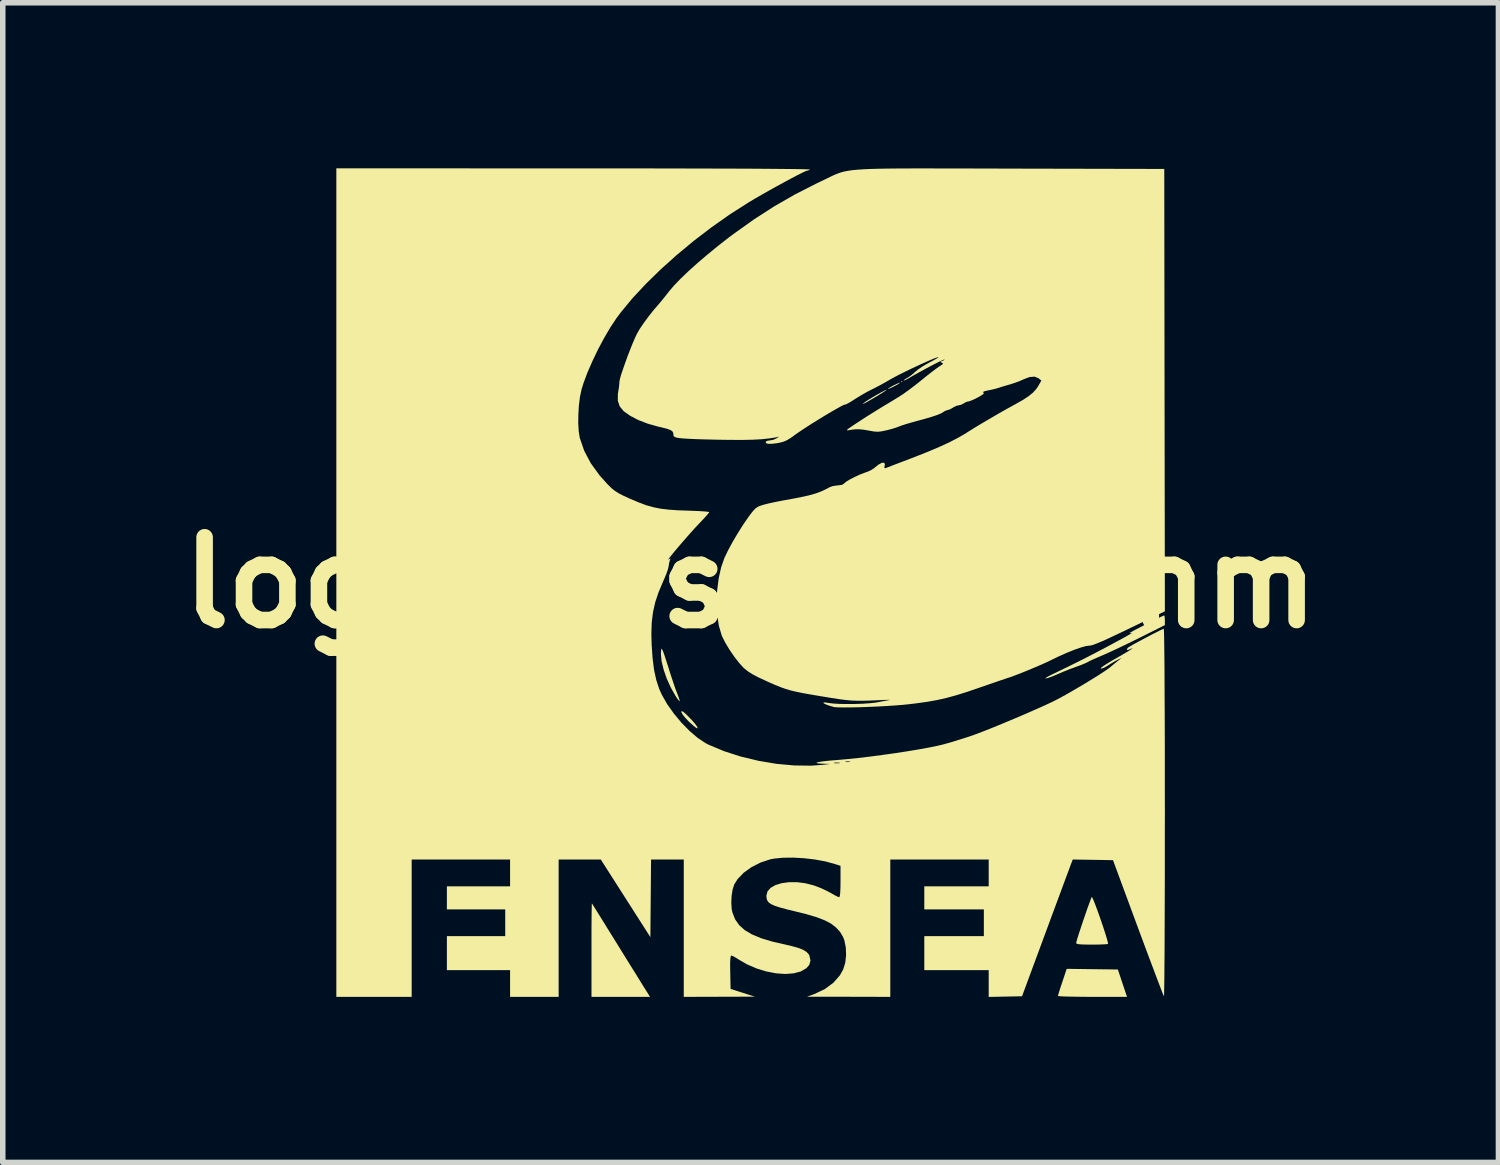
<source format=kicad_pcb>
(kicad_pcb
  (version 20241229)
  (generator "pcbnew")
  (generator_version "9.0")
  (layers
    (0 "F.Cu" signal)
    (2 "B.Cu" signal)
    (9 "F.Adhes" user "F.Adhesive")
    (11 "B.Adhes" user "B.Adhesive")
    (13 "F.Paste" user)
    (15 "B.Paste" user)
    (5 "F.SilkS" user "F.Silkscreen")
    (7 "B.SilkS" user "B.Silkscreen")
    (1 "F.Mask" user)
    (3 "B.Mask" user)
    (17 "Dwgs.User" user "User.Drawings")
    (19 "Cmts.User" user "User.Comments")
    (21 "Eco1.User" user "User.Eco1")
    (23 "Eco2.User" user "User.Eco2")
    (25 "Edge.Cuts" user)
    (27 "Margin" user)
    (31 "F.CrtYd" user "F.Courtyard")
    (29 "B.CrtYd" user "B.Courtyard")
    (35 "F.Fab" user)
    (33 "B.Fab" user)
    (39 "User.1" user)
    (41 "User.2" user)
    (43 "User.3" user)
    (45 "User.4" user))
  (footprint "logo_ensea_15mm"
    (layer "F.Cu")
    (at 10.55 7.506)
    (property "Reference" "logo_ensea_15mm" (at 0 0 0) (layer "F.SilkS") (effects (font (size 1.5 1.5) (thickness 0.3))))
    (attr board_only exclude_from_pos_files exclude_from_bom)
    (fp_poly (pts (xy 2.751 -3.643) (xy 2.74 -3.632) (xy 2.729 -3.643) (xy 2.74 -3.654)) (stroke (width 0) (type solid)) (fill yes) (layer "F.SilkS"))
    (fp_poly (pts (xy 2.689 -3.606) (xy 2.643 -3.579) (xy 2.597 -3.555) (xy 2.538 -3.526) (xy 2.498 -3.511) (xy 2.487 -3.51) (xy 2.505 -3.525) (xy 2.551 -3.552) (xy 2.597 -3.577) (xy 2.657 -3.605) (xy 2.697 -3.621) (xy 2.707 -3.621)) (stroke (width 0) (type solid)) (fill yes) (layer "F.SilkS"))
    (fp_poly (pts (xy -1.224 2.338) (xy -1.179 2.376) (xy -1.143 2.411) (xy -1.064 2.492) (xy -1.005 2.559) (xy -0.969 2.61) (xy -0.96 2.637) (xy -0.968 2.641) (xy -0.994 2.627) (xy -1.042 2.588) (xy -1.103 2.533) (xy -1.123 2.514) (xy -1.184 2.45) (xy -1.23 2.392) (xy -1.253 2.351) (xy -1.255 2.344) (xy -1.248 2.328)) (stroke (width 0) (type solid)) (fill yes) (layer "F.SilkS"))
    (fp_poly (pts (xy 6.19 7.004) (xy 6.654 7.01) (xy 6.737 7.258) (xy 6.82 7.506) (xy 6.194 7.506) (xy 6.033 7.505) (xy 5.888 7.503) (xy 5.763 7.501) (xy 5.665 7.498) (xy 5.598 7.494) (xy 5.569 7.49) (xy 5.569 7.489) (xy 5.575 7.463) (xy 5.593 7.404) (xy 5.619 7.321) (xy 5.648 7.236) (xy 5.727 6.998)) (stroke (width 0) (type solid)) (fill yes) (layer "F.SilkS"))
    (fp_poly (pts (xy 2.448 -3.478) (xy 2.401 -3.447) (xy 2.334 -3.406) (xy 2.257 -3.359) (xy 2.179 -3.314) (xy 2.11 -3.274) (xy 2.057 -3.246) (xy 2.032 -3.236) (xy 2.032 -3.236) (xy 2.039 -3.246) (xy 2.074 -3.273) (xy 2.115 -3.3) (xy 2.2 -3.352) (xy 2.285 -3.402) (xy 2.362 -3.445) (xy 2.423 -3.477) (xy 2.459 -3.493) (xy 2.465 -3.493)) (stroke (width 0) (type solid)) (fill yes) (layer "F.SilkS"))
    (fp_poly (pts (xy -1.597 1.221) (xy -1.592 1.233) (xy -1.576 1.273) (xy -1.551 1.347) (xy -1.52 1.443) (xy -1.484 1.553) (xy -1.475 1.585) (xy -1.436 1.706) (xy -1.396 1.825) (xy -1.361 1.928) (xy -1.332 2.004) (xy -1.329 2.012) (xy -1.303 2.08) (xy -1.287 2.13) (xy -1.285 2.151) (xy -1.3 2.138) (xy -1.331 2.098) (xy -1.36 2.053) (xy -1.446 1.902) (xy -1.519 1.741) (xy -1.575 1.58) (xy -1.612 1.429) (xy -1.625 1.299) (xy -1.624 1.256) (xy -1.618 1.206) (xy -1.611 1.196)) (stroke (width 0) (type solid)) (fill yes) (layer "F.SilkS"))
    (fp_poly (pts (xy -2.862 5.833) (xy -2.829 5.886) (xy -2.777 5.969) (xy -2.709 6.078) (xy -2.628 6.209) (xy -2.536 6.358) (xy -2.435 6.52) (xy -2.377 6.614) (xy -2.271 6.785) (xy -2.172 6.945) (xy -2.081 7.09) (xy -2.002 7.218) (xy -1.938 7.322) (xy -1.889 7.399) (xy -1.86 7.446) (xy -1.854 7.456) (xy -1.822 7.506) (xy -2.353 7.506) (xy -2.883 7.506) (xy -2.883 6.654) (xy -2.883 6.466) (xy -2.883 6.293) (xy -2.882 6.139) (xy -2.881 6.01) (xy -2.879 5.909) (xy -2.878 5.842) (xy -2.876 5.813) (xy -2.875 5.813)) (stroke (width 0) (type solid)) (fill yes) (layer "F.SilkS"))
    (fp_poly (pts (xy 6.193 5.711) (xy 6.216 5.762) (xy 6.248 5.843) (xy 6.287 5.948) (xy 6.331 6.071) (xy 6.343 6.107) (xy 6.387 6.236) (xy 6.424 6.35) (xy 6.453 6.444) (xy 6.471 6.511) (xy 6.477 6.544) (xy 6.477 6.546) (xy 6.451 6.551) (xy 6.39 6.555) (xy 6.302 6.558) (xy 6.197 6.559) (xy 6.181 6.559) (xy 6.061 6.558) (xy 5.98 6.555) (xy 5.929 6.549) (xy 5.904 6.54) (xy 5.899 6.528) (xy 5.906 6.498) (xy 5.924 6.435) (xy 5.952 6.347) (xy 5.987 6.242) (xy 6.025 6.127) (xy 6.065 6.012) (xy 6.102 5.904) (xy 6.136 5.811) (xy 6.162 5.741) (xy 6.178 5.701) (xy 6.182 5.696)) (stroke (width 0) (type solid)) (fill yes) (layer "F.SilkS"))
    (fp_poly (pts (xy 7.501 0.614) (xy 7.505 0.663) (xy 7.506 0.682) (xy 7.506 0.77) (xy 7.045 1.001) (xy 6.899 1.073) (xy 6.751 1.145) (xy 6.611 1.211) (xy 6.488 1.268) (xy 6.392 1.311) (xy 6.368 1.321) (xy 6.274 1.361) (xy 6.191 1.398) (xy 6.131 1.427) (xy 6.108 1.44) (xy 6.067 1.46) (xy 5.997 1.489) (xy 5.913 1.52) (xy 5.893 1.527) (xy 5.782 1.568) (xy 5.66 1.617) (xy 5.554 1.663) (xy 5.472 1.698) (xy 5.406 1.722) (xy 5.361 1.735) (xy 5.342 1.735) (xy 5.353 1.722) (xy 5.399 1.696) (xy 5.426 1.682) (xy 5.483 1.654) (xy 5.571 1.611) (xy 5.679 1.559) (xy 5.798 1.501) (xy 5.866 1.467) (xy 5.963 1.419) (xy 6.075 1.362) (xy 6.198 1.299) (xy 6.325 1.232) (xy 6.451 1.166) (xy 6.572 1.101) (xy 6.683 1.041) (xy 6.777 0.99) (xy 6.849 0.949) (xy 6.896 0.921) (xy 6.91 0.91) (xy 6.906 0.911) (xy 6.874 0.916) (xy 6.867 0.913) (xy 6.886 0.901) (xy 6.935 0.873) (xy 7.009 0.834) (xy 7.097 0.789) (xy 7.193 0.74) (xy 7.287 0.692) (xy 7.373 0.65) (xy 7.441 0.617) (xy 7.484 0.598) (xy 7.494 0.594)) (stroke (width 0) (type solid)) (fill yes) (layer "F.SilkS"))
    (fp_poly (pts (xy 3.381 -7.504) (xy 3.693 -7.504) (xy 4.043 -7.503) (xy 4.433 -7.502) (xy 4.721 -7.501) (xy 7.495 -7.495) (xy 7.5 -3.487) (xy 7.506 0.52) (xy 6.86 0.832) (xy 6.664 0.926) (xy 6.505 1.001) (xy 6.378 1.059) (xy 6.28 1.1) (xy 6.209 1.127) (xy 6.161 1.14) (xy 6.139 1.142) (xy 6.075 1.15) (xy 5.98 1.177) (xy 5.86 1.219) (xy 5.724 1.274) (xy 5.578 1.339) (xy 5.469 1.392) (xy 5.361 1.444) (xy 5.228 1.503) (xy 5.082 1.565) (xy 4.936 1.625) (xy 4.8 1.678) (xy 4.688 1.719) (xy 4.655 1.729) (xy 4.608 1.745) (xy 4.527 1.772) (xy 4.42 1.809) (xy 4.294 1.852) (xy 4.158 1.899) (xy 4.122 1.912) (xy 3.907 1.985) (xy 3.72 2.043) (xy 3.55 2.089) (xy 3.384 2.127) (xy 3.212 2.158) (xy 3.02 2.185) (xy 2.873 2.203) (xy 2.757 2.215) (xy 2.619 2.226) (xy 2.465 2.236) (xy 2.302 2.245) (xy 2.137 2.252) (xy 1.978 2.258) (xy 1.83 2.261) (xy 1.701 2.262) (xy 1.599 2.261) (xy 1.529 2.257) (xy 1.508 2.254) (xy 1.42 2.228) (xy 1.357 2.204) (xy 1.322 2.185) (xy 1.319 2.173) (xy 1.35 2.171) (xy 1.414 2.181) (xy 1.498 2.191) (xy 1.614 2.198) (xy 1.751 2.2) (xy 1.896 2.199) (xy 2.039 2.194) (xy 2.167 2.185) (xy 2.268 2.174) (xy 2.296 2.169) (xy 2.384 2.152) (xy 2.465 2.137) (xy 2.52 2.127) (xy 2.52 2.127) (xy 2.524 2.125) (xy 2.489 2.124) (xy 2.422 2.126) (xy 2.328 2.13) (xy 2.278 2.132) (xy 2.137 2.138) (xy 2.019 2.141) (xy 1.916 2.14) (xy 1.818 2.136) (xy 1.714 2.126) (xy 1.597 2.111) (xy 1.456 2.089) (xy 1.282 2.06) (xy 1.267 2.058) (xy 1.086 2.027) (xy 0.939 2.001) (xy 0.82 1.976) (xy 0.718 1.952) (xy 0.627 1.924) (xy 0.537 1.892) (xy 0.441 1.853) (xy 0.329 1.804) (xy 0.277 1.78) (xy 0.139 1.716) (xy 0.035 1.661) (xy -0.046 1.61) (xy -0.111 1.558) (xy -0.13 1.541) (xy -0.209 1.454) (xy -0.297 1.341) (xy -0.383 1.215) (xy -0.458 1.09) (xy -0.514 0.98) (xy -0.524 0.956) (xy -0.574 0.786) (xy -0.605 0.587) (xy -0.615 0.371) (xy -0.607 0.148) (xy -0.579 -0.072) (xy -0.534 -0.277) (xy -0.474 -0.448) (xy -0.41 -0.581) (xy -0.327 -0.735) (xy -0.231 -0.898) (xy -0.131 -1.056) (xy -0.034 -1.196) (xy -0.011 -1.227) (xy 0.046 -1.3) (xy 0.091 -1.347) (xy 0.137 -1.377) (xy 0.197 -1.399) (xy 0.242 -1.413) (xy 0.325 -1.434) (xy 0.435 -1.458) (xy 0.555 -1.482) (xy 0.638 -1.497) (xy 0.83 -1.532) (xy 0.985 -1.564) (xy 1.111 -1.595) (xy 1.216 -1.628) (xy 1.308 -1.665) (xy 1.393 -1.707) (xy 1.431 -1.728) (xy 1.489 -1.749) (xy 1.562 -1.76) (xy 1.578 -1.761) (xy 1.656 -1.771) (xy 1.699 -1.8) (xy 1.735 -1.831) (xy 1.802 -1.871) (xy 1.887 -1.915) (xy 1.981 -1.958) (xy 2.072 -1.993) (xy 2.102 -2.003) (xy 2.174 -2.033) (xy 2.237 -2.073) (xy 2.245 -2.08) (xy 2.319 -2.139) (xy 2.378 -2.17) (xy 2.417 -2.173) (xy 2.433 -2.147) (xy 2.429 -2.12) (xy 2.423 -2.08) (xy 2.437 -2.072) (xy 2.456 -2.078) (xy 2.489 -2.091) (xy 2.556 -2.117) (xy 2.65 -2.153) (xy 2.764 -2.196) (xy 2.891 -2.245) (xy 2.905 -2.25) (xy 3.173 -2.355) (xy 3.402 -2.451) (xy 3.597 -2.54) (xy 3.761 -2.625) (xy 3.901 -2.706) (xy 3.921 -2.72) (xy 4.031 -2.789) (xy 4.169 -2.873) (xy 4.326 -2.965) (xy 4.49 -3.061) (xy 4.651 -3.152) (xy 4.798 -3.233) (xy 4.936 -3.311) (xy 5.039 -3.379) (xy 5.116 -3.442) (xy 5.174 -3.506) (xy 5.211 -3.561) (xy 5.268 -3.66) (xy 5.216 -3.703) (xy 5.145 -3.732) (xy 5.052 -3.724) (xy 4.937 -3.68) (xy 4.93 -3.676) (xy 4.866 -3.648) (xy 4.781 -3.617) (xy 4.721 -3.598) (xy 4.633 -3.572) (xy 4.546 -3.546) (xy 4.501 -3.531) (xy 4.418 -3.507) (xy 4.333 -3.488) (xy 4.325 -3.487) (xy 4.25 -3.471) (xy 4.215 -3.457) (xy 4.216 -3.441) (xy 4.226 -3.434) (xy 4.219 -3.419) (xy 4.182 -3.392) (xy 4.126 -3.36) (xy 4.062 -3.327) (xy 3.999 -3.299) (xy 3.949 -3.282) (xy 3.931 -3.28) (xy 3.894 -3.267) (xy 3.862 -3.247) (xy 3.809 -3.221) (xy 3.775 -3.214) (xy 3.727 -3.202) (xy 3.669 -3.173) (xy 3.665 -3.169) (xy 3.612 -3.14) (xy 3.571 -3.126) (xy 3.567 -3.126) (xy 3.525 -3.112) (xy 3.501 -3.096) (xy 3.457 -3.069) (xy 3.384 -3.038) (xy 3.279 -3.003) (xy 3.136 -2.961) (xy 3.012 -2.928) (xy 2.905 -2.898) (xy 2.809 -2.87) (xy 2.733 -2.845) (xy 2.693 -2.83) (xy 2.64 -2.81) (xy 2.561 -2.785) (xy 2.472 -2.762) (xy 2.468 -2.761) (xy 2.374 -2.741) (xy 2.303 -2.733) (xy 2.235 -2.738) (xy 2.171 -2.749) (xy 2.053 -2.77) (xy 1.96 -2.779) (xy 1.875 -2.776) (xy 1.805 -2.766) (xy 1.765 -2.759) (xy 1.746 -2.76) (xy 1.749 -2.77) (xy 1.78 -2.795) (xy 1.84 -2.836) (xy 1.933 -2.898) (xy 1.937 -2.9) (xy 2.025 -2.958) (xy 2.107 -3.011) (xy 2.192 -3.064) (xy 2.285 -3.122) (xy 2.395 -3.19) (xy 2.529 -3.27) (xy 2.685 -3.365) (xy 2.766 -3.418) (xy 2.868 -3.491) (xy 2.978 -3.574) (xy 3.084 -3.658) (xy 3.092 -3.665) (xy 3.188 -3.743) (xy 3.279 -3.814) (xy 3.357 -3.873) (xy 3.412 -3.912) (xy 3.421 -3.918) (xy 3.471 -3.95) (xy 3.486 -3.969) (xy 3.472 -3.982) (xy 3.465 -3.985) (xy 3.438 -3.997) (xy 3.449 -4.007) (xy 3.474 -4.016) (xy 3.508 -4.032) (xy 3.513 -4.044) (xy 3.492 -4.037) (xy 3.438 -4.013) (xy 3.361 -3.974) (xy 3.265 -3.925) (xy 3.16 -3.869) (xy 3.051 -3.809) (xy 2.945 -3.75) (xy 2.856 -3.698) (xy 2.806 -3.671) (xy 2.777 -3.66) (xy 2.773 -3.662) (xy 2.791 -3.68) (xy 2.833 -3.706) (xy 2.839 -3.709) (xy 2.896 -3.746) (xy 2.96 -3.799) (xy 2.978 -3.816) (xy 3.032 -3.86) (xy 3.111 -3.914) (xy 3.202 -3.967) (xy 3.232 -3.984) (xy 3.31 -4.025) (xy 3.369 -4.059) (xy 3.402 -4.08) (xy 3.406 -4.085) (xy 3.382 -4.081) (xy 3.325 -4.061) (xy 3.243 -4.027) (xy 3.143 -3.983) (xy 3.03 -3.931) (xy 2.912 -3.876) (xy 2.797 -3.82) (xy 2.69 -3.767) (xy 2.599 -3.719) (xy 2.543 -3.688) (xy 2.439 -3.628) (xy 2.333 -3.57) (xy 2.24 -3.521) (xy 2.191 -3.497) (xy 2.107 -3.454) (xy 2.007 -3.397) (xy 1.909 -3.337) (xy 1.893 -3.327) (xy 1.818 -3.279) (xy 1.758 -3.245) (xy 1.72 -3.227) (xy 1.713 -3.227) (xy 1.689 -3.22) (xy 1.634 -3.192) (xy 1.555 -3.148) (xy 1.457 -3.092) (xy 1.347 -3.027) (xy 1.232 -2.956) (xy 1.117 -2.885) (xy 1.008 -2.815) (xy 0.912 -2.752) (xy 0.835 -2.699) (xy 0.818 -2.687) (xy 0.728 -2.622) (xy 0.658 -2.58) (xy 0.596 -2.553) (xy 0.527 -2.535) (xy 0.488 -2.527) (xy 0.387 -2.515) (xy 0.315 -2.515) (xy 0.276 -2.528) (xy 0.275 -2.553) (xy 0.305 -2.57) (xy 0.348 -2.576) (xy 0.412 -2.588) (xy 0.462 -2.61) (xy 0.517 -2.644) (xy 0.461 -2.632) (xy 0.343 -2.613) (xy 0.204 -2.598) (xy 0.039 -2.589) (xy -0.156 -2.585) (xy -0.386 -2.586) (xy -0.594 -2.589) (xy -0.804 -2.594) (xy -0.974 -2.599) (xy -1.108 -2.605) (xy -1.211 -2.611) (xy -1.286 -2.618) (xy -1.338 -2.626) (xy -1.371 -2.637) (xy -1.39 -2.651) (xy -1.397 -2.667) (xy -1.398 -2.68) (xy -1.403 -2.716) (xy -1.42 -2.743) (xy -1.457 -2.767) (xy -1.519 -2.789) (xy -1.615 -2.813) (xy -1.677 -2.827) (xy -1.862 -2.879) (xy -2.034 -2.945) (xy -2.183 -3.023) (xy -2.299 -3.105) (xy -2.371 -3.192) (xy -2.406 -3.296) (xy -2.405 -3.421) (xy -2.399 -3.456) (xy -2.386 -3.537) (xy -2.378 -3.614) (xy -2.377 -3.643) (xy -2.369 -3.686) (xy -2.347 -3.763) (xy -2.314 -3.863) (xy -2.273 -3.98) (xy -2.228 -4.105) (xy -2.18 -4.229) (xy -2.133 -4.345) (xy -2.09 -4.444) (xy -2.06 -4.508) (xy -2.008 -4.598) (xy -1.933 -4.708) (xy -1.844 -4.829) (xy -1.748 -4.949) (xy -1.686 -5.02) (xy -1.629 -5.087) (xy -1.559 -5.173) (xy -1.489 -5.262) (xy -1.475 -5.28) (xy -1.388 -5.382) (xy -1.27 -5.505) (xy -1.126 -5.643) (xy -0.96 -5.792) (xy -0.778 -5.947) (xy -0.585 -6.105) (xy -0.386 -6.26) (xy -0.3 -6.324) (xy 0.067 -6.585) (xy 0.429 -6.818) (xy 0.8 -7.031) (xy 1.196 -7.233) (xy 1.332 -7.298) (xy 1.394 -7.328) (xy 1.45 -7.355) (xy 1.5 -7.379) (xy 1.549 -7.4) (xy 1.598 -7.419) (xy 1.649 -7.436) (xy 1.706 -7.45) (xy 1.77 -7.462) (xy 1.845 -7.473) (xy 1.932 -7.481) (xy 2.034 -7.488) (xy 2.154 -7.494) (xy 2.294 -7.498) (xy 2.456 -7.501) (xy 2.644 -7.503) (xy 2.859 -7.504) (xy 3.104 -7.505)) (stroke (width 0) (type solid)) (fill yes) (layer "F.SilkS"))
    (fp_poly (pts (xy -3.197 -7.505) (xy -2.636 -7.505) (xy -2.112 -7.505) (xy -1.626 -7.504) (xy -1.178 -7.503) (xy -0.77 -7.502) (xy -0.401 -7.501) (xy -0.071 -7.5) (xy 0.218 -7.498) (xy 0.466 -7.496) (xy 0.673 -7.494) (xy 0.838 -7.492) (xy 0.96 -7.49) (xy 1.04 -7.487) (xy 1.076 -7.485) (xy 1.079 -7.484) (xy 1.035 -7.465) (xy 1.018 -7.462) (xy 0.988 -7.451) (xy 0.927 -7.422) (xy 0.838 -7.377) (xy 0.73 -7.32) (xy 0.606 -7.253) (xy 0.474 -7.181) (xy 0.339 -7.106) (xy 0.207 -7.031) (xy 0.083 -6.96) (xy -0.026 -6.895) (xy -0.055 -6.877) (xy -0.383 -6.667) (xy -0.709 -6.437) (xy -1.03 -6.192) (xy -1.338 -5.936) (xy -1.629 -5.675) (xy -1.897 -5.413) (xy -2.138 -5.155) (xy -2.345 -4.905) (xy -2.429 -4.793) (xy -2.54 -4.626) (xy -2.653 -4.434) (xy -2.764 -4.226) (xy -2.866 -4.013) (xy -2.956 -3.807) (xy -3.027 -3.617) (xy -3.062 -3.504) (xy -3.091 -3.37) (xy -3.111 -3.213) (xy -3.121 -3.047) (xy -3.123 -2.883) (xy -3.114 -2.737) (xy -3.095 -2.619) (xy -3.094 -2.618) (xy -3.015 -2.388) (xy -2.896 -2.163) (xy -2.735 -1.941) (xy -2.582 -1.771) (xy -2.519 -1.71) (xy -2.458 -1.661) (xy -2.388 -1.617) (xy -2.298 -1.571) (xy -2.193 -1.523) (xy -2.036 -1.456) (xy -1.898 -1.404) (xy -1.767 -1.367) (xy -1.634 -1.34) (xy -1.486 -1.322) (xy -1.314 -1.31) (xy -1.161 -1.305) (xy -1.032 -1.3) (xy -0.919 -1.295) (xy -0.83 -1.289) (xy -0.771 -1.283) (xy -0.748 -1.277) (xy -0.748 -1.277) (xy -0.763 -1.256) (xy -0.802 -1.21) (xy -0.861 -1.146) (xy -0.933 -1.069) (xy -0.941 -1.061) (xy -1.005 -0.993) (xy -1.078 -0.912) (xy -1.156 -0.824) (xy -1.235 -0.733) (xy -1.311 -0.645) (xy -1.378 -0.565) (xy -1.434 -0.496) (xy -1.474 -0.446) (xy -1.493 -0.417) (xy -1.487 -0.416) (xy -1.485 -0.418) (xy -1.456 -0.439) (xy -1.454 -0.428) (xy -1.462 -0.407) (xy -1.477 -0.353) (xy -1.486 -0.292) (xy -1.498 -0.241) (xy -1.525 -0.164) (xy -1.562 -0.073) (xy -1.582 -0.028) (xy -1.666 0.171) (xy -1.728 0.355) (xy -1.769 0.537) (xy -1.792 0.728) (xy -1.798 0.941) (xy -1.793 1.123) (xy -1.776 1.37) (xy -1.749 1.583) (xy -1.709 1.766) (xy -1.655 1.929) (xy -1.608 2.033) (xy -1.512 2.202) (xy -1.391 2.372) (xy -1.255 2.536) (xy -1.109 2.685) (xy -0.962 2.811) (xy -0.819 2.907) (xy -0.766 2.935) (xy -0.484 3.053) (xy -0.178 3.152) (xy 0.144 3.229) (xy 0.47 3.284) (xy 0.792 3.313) (xy 1.098 3.317) (xy 1.299 3.302) (xy 1.442 3.286) (xy 1.299 3.281) (xy 1.225 3.276) (xy 1.195 3.269) (xy 1.503 3.269) (xy 1.53 3.273) (xy 1.563 3.274) (xy 1.61 3.272) (xy 1.623 3.267) (xy 1.612 3.264) (xy 1.548 3.26) (xy 1.513 3.264) (xy 1.503 3.269) (xy 1.195 3.269) (xy 1.193 3.269) (xy 1.2 3.26) (xy 1.245 3.249) (xy 1.246 3.249) (xy 1.715 3.249) (xy 1.746 3.252) (xy 1.761 3.252) (xy 1.801 3.25) (xy 1.806 3.244) (xy 1.799 3.242) (xy 1.744 3.239) (xy 1.722 3.242) (xy 1.715 3.249) (xy 1.246 3.249) (xy 1.325 3.237) (xy 1.438 3.225) (xy 1.563 3.215) (xy 1.743 3.199) (xy 1.947 3.178) (xy 2.166 3.152) (xy 2.394 3.122) (xy 2.621 3.09) (xy 2.842 3.056) (xy 3.047 3.022) (xy 3.229 2.989) (xy 3.381 2.958) (xy 3.467 2.938) (xy 3.577 2.908) (xy 3.711 2.868) (xy 3.852 2.824) (xy 3.973 2.785) (xy 4.088 2.744) (xy 4.232 2.689) (xy 4.398 2.623) (xy 4.578 2.549) (xy 4.766 2.47) (xy 4.953 2.391) (xy 5.132 2.312) (xy 5.297 2.239) (xy 5.438 2.174) (xy 5.549 2.119) (xy 5.589 2.098) (xy 5.708 2.033) (xy 5.838 1.958) (xy 5.975 1.878) (xy 6.11 1.797) (xy 6.237 1.719) (xy 6.349 1.648) (xy 6.44 1.588) (xy 6.501 1.545) (xy 6.517 1.532) (xy 6.581 1.478) (xy 6.644 1.426) (xy 6.66 1.414) (xy 6.724 1.364) (xy 6.647 1.4) (xy 6.581 1.436) (xy 6.505 1.482) (xy 6.476 1.501) (xy 6.415 1.537) (xy 6.363 1.557) (xy 6.344 1.558) (xy 6.348 1.545) (xy 6.387 1.514) (xy 6.458 1.468) (xy 6.556 1.409) (xy 6.625 1.37) (xy 6.729 1.31) (xy 6.816 1.259) (xy 6.881 1.219) (xy 6.917 1.195) (xy 6.922 1.189) (xy 6.886 1.2) (xy 6.868 1.209) (xy 6.829 1.223) (xy 6.816 1.208) (xy 6.837 1.179) (xy 6.844 1.174) (xy 6.883 1.15) (xy 6.949 1.112) (xy 7.034 1.066) (xy 7.13 1.015) (xy 7.228 0.963) (xy 7.321 0.915) (xy 7.4 0.875) (xy 7.458 0.847) (xy 7.486 0.836) (xy 7.486 0.836) (xy 7.488 0.858) (xy 7.491 0.922) (xy 7.493 1.025) (xy 7.495 1.167) (xy 7.497 1.344) (xy 7.499 1.555) (xy 7.5 1.798) (xy 7.501 2.07) (xy 7.503 2.371) (xy 7.504 2.696) (xy 7.505 3.046) (xy 7.505 3.417) (xy 7.505 3.807) (xy 7.506 4.175) (xy 7.505 4.554) (xy 7.505 4.921) (xy 7.505 5.273) (xy 7.504 5.608) (xy 7.503 5.924) (xy 7.502 6.218) (xy 7.501 6.487) (xy 7.5 6.73) (xy 7.498 6.944) (xy 7.497 7.126) (xy 7.495 7.275) (xy 7.493 7.388) (xy 7.492 7.462) (xy 7.49 7.495) (xy 7.489 7.496) (xy 7.479 7.473) (xy 7.454 7.413) (xy 7.418 7.318) (xy 7.37 7.193) (xy 7.313 7.041) (xy 7.247 6.866) (xy 7.174 6.672) (xy 7.096 6.462) (xy 7.019 6.255) (xy 6.566 5.029) (xy 6.201 5.023) (xy 5.837 5.017) (xy 5.799 5.115) (xy 5.785 5.154) (xy 5.757 5.23) (xy 5.716 5.339) (xy 5.665 5.477) (xy 5.605 5.639) (xy 5.537 5.822) (xy 5.463 6.021) (xy 5.385 6.233) (xy 5.34 6.354) (xy 4.918 7.495) (xy 4.616 7.501) (xy 4.314 7.507) (xy 4.314 7.264) (xy 4.314 7.021) (xy 3.731 7.021) (xy 3.147 7.021) (xy 3.147 6.713) (xy 3.147 6.405) (xy 3.687 6.405) (xy 4.226 6.405) (xy 4.226 6.163) (xy 4.226 5.921) (xy 3.687 5.921) (xy 3.147 5.921) (xy 3.147 5.712) (xy 3.147 5.503) (xy 3.731 5.503) (xy 4.314 5.503) (xy 4.314 5.26) (xy 4.314 5.018) (xy 3.423 5.018) (xy 2.531 5.018) (xy 2.531 6.262) (xy 2.531 7.506) (xy 1.777 7.504) (xy 1.023 7.503) (xy 1.157 7.454) (xy 1.345 7.365) (xy 1.499 7.251) (xy 1.618 7.115) (xy 1.677 7.01) (xy 1.714 6.891) (xy 1.73 6.753) (xy 1.725 6.611) (xy 1.699 6.482) (xy 1.676 6.422) (xy 1.62 6.328) (xy 1.547 6.248) (xy 1.454 6.177) (xy 1.334 6.115) (xy 1.183 6.058) (xy 0.996 6.003) (xy 0.832 5.963) (xy 0.663 5.922) (xy 0.532 5.887) (xy 0.435 5.855) (xy 0.367 5.824) (xy 0.323 5.79) (xy 0.298 5.752) (xy 0.288 5.706) (xy 0.286 5.672) (xy 0.306 5.595) (xy 0.363 5.53) (xy 0.451 5.48) (xy 0.563 5.446) (xy 0.694 5.428) (xy 0.839 5.428) (xy 0.991 5.447) (xy 1.144 5.486) (xy 1.155 5.49) (xy 1.258 5.529) (xy 1.364 5.577) (xy 1.45 5.622) (xy 1.455 5.625) (xy 1.523 5.664) (xy 1.577 5.691) (xy 1.604 5.701) (xy 1.616 5.682) (xy 1.623 5.624) (xy 1.628 5.526) (xy 1.629 5.416) (xy 1.629 5.132) (xy 1.524 5.098) (xy 1.356 5.052) (xy 1.167 5.017) (xy 0.968 4.994) (xy 0.77 4.983) (xy 0.585 4.985) (xy 0.424 5.001) (xy 0.352 5.015) (xy 0.176 5.074) (xy 0.015 5.156) (xy -0.125 5.257) (xy -0.235 5.371) (xy -0.297 5.47) (xy -0.326 5.56) (xy -0.344 5.676) (xy -0.35 5.801) (xy -0.342 5.917) (xy -0.329 5.978) (xy -0.281 6.1) (xy -0.208 6.205) (xy -0.106 6.297) (xy 0.028 6.376) (xy 0.196 6.445) (xy 0.403 6.507) (xy 0.583 6.548) (xy 0.743 6.585) (xy 0.865 6.619) (xy 0.953 6.654) (xy 1.014 6.692) (xy 1.053 6.735) (xy 1.066 6.76) (xy 1.085 6.85) (xy 1.062 6.928) (xy 1.009 6.988) (xy 0.908 7.046) (xy 0.778 7.08) (xy 0.626 7.091) (xy 0.459 7.079) (xy 0.283 7.045) (xy 0.107 6.991) (xy -0.064 6.917) (xy -0.208 6.834) (xy -0.272 6.794) (xy -0.324 6.766) (xy -0.35 6.757) (xy -0.36 6.771) (xy -0.367 6.815) (xy -0.371 6.893) (xy -0.37 7.009) (xy -0.369 7.059) (xy -0.363 7.361) (xy -0.143 7.432) (xy 0.077 7.502) (xy -0.567 7.504) (xy -1.211 7.506) (xy -1.211 6.262) (xy -1.211 5.018) (xy -1.507 5.018) (xy -1.804 5.018) (xy -1.81 5.721) (xy -1.816 6.424) (xy -2.265 5.721) (xy -2.714 5.018) (xy -3.096 5.018) (xy -3.478 5.018) (xy -3.478 6.262) (xy -3.478 7.506) (xy -3.918 7.506) (xy -4.358 7.506) (xy -4.358 7.263) (xy -4.358 7.021) (xy -4.93 7.021) (xy -5.503 7.021) (xy -5.503 6.713) (xy -5.503 6.405) (xy -4.974 6.405) (xy -4.446 6.405) (xy -4.446 6.163) (xy -4.446 5.921) (xy -4.974 5.921) (xy -5.503 5.921) (xy -5.503 5.712) (xy -5.503 5.503) (xy -4.93 5.503) (xy -4.358 5.503) (xy -4.358 5.26) (xy -4.358 5.018) (xy -5.249 5.018) (xy -6.141 5.018) (xy -6.141 6.262) (xy -6.141 7.506) (xy -6.823 7.506) (xy -7.506 7.506) (xy -7.506 0) (xy -7.506 -7.506)) (stroke (width 0) (type solid)) (fill yes) (layer "F.SilkS")))
  (gr_rect
    (start -3 -3)
    (end 24.1 18.012)
    (stroke (width 0.1) (type default))
    (fill no)
    (layer "Edge.Cuts")))
</source>
